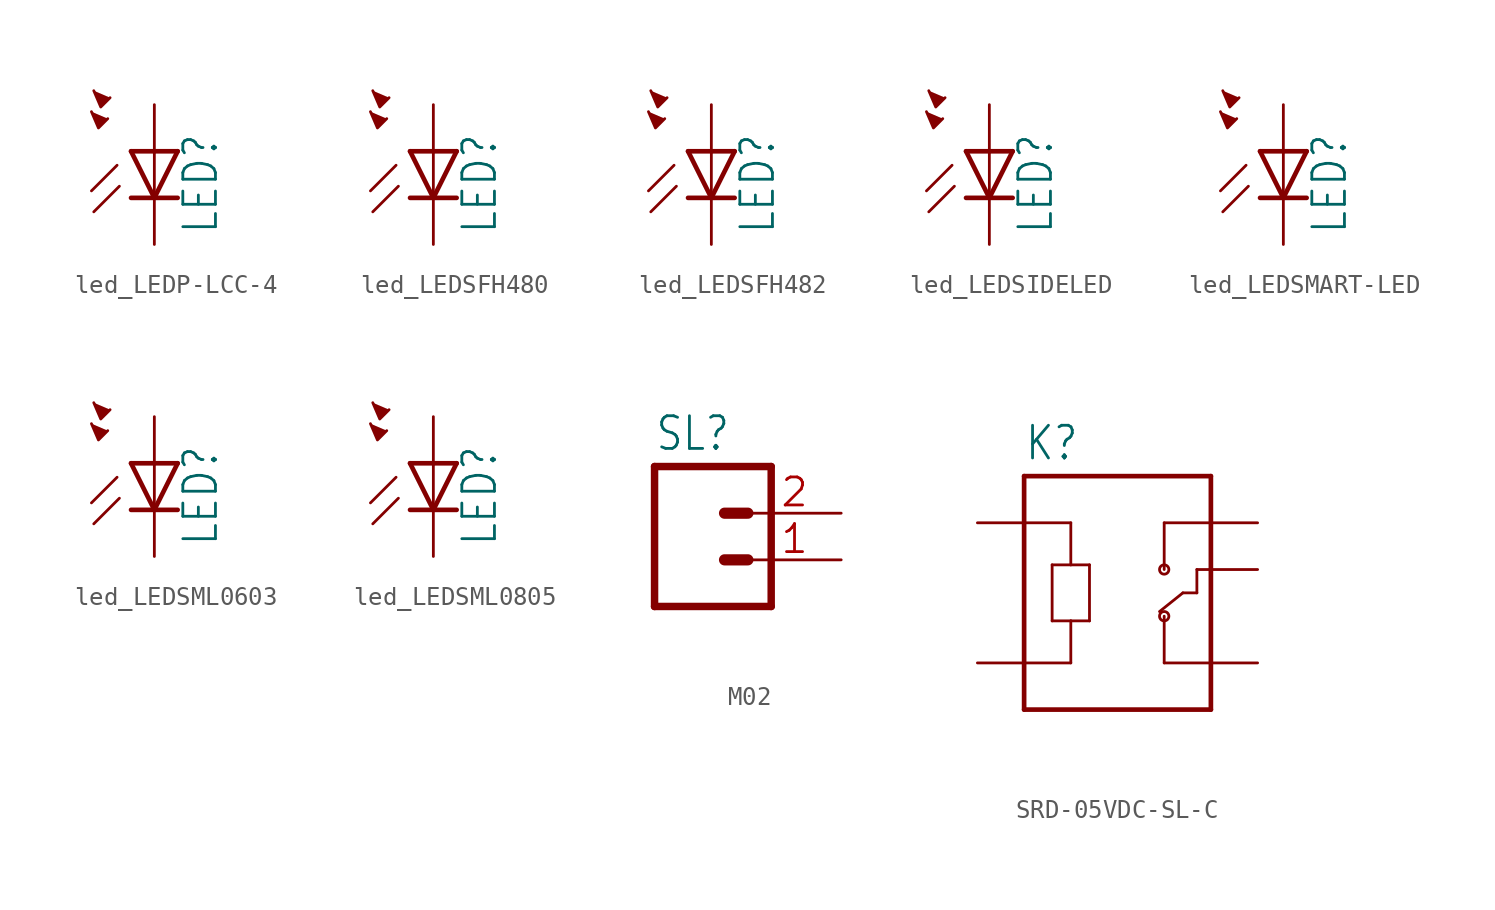
<source format=kicad_sym>
(kicad_symbol_lib
  (version 20241209)
  (generator "kicad_symbol_editor")
  (generator_version "9.0")
  (symbol "led_LEDP-LCC-4"
    (property "Reference" "LED"
      (at 3.556 -4.572 90)
      (effects (font (size 1.778 1.511)) (justify left bottom)))
    (property "Value" ""
      (at 5.715 -4.572 90)
      (effects (font (size 1.778 1.511)) (justify left bottom)))
    (property "ki_locked" ""
      (at 0 0 0)
      (effects (font (size 1.27 1.27))))
    (symbol "led_LEDP-LCC-4_1_0"
      (polyline (pts (xy -3.429 2.159) (xy -3.048 1.27) (xy -2.54 1.778)) (stroke (width 0.152) (type solid)) (fill (type outline)))
      (polyline (pts (xy -3.302 3.302) (xy -2.921 2.413) (xy -2.413 2.921)) (stroke (width 0.152) (type solid)) (fill (type outline)))
      (polyline (pts (xy -2.032 -0.762) (xy -3.429 -2.159)) (stroke (width 0.152) (type solid)) (fill (type none)))
      (polyline (pts (xy -1.905 -1.905) (xy -3.302 -3.302)) (stroke (width 0.152) (type solid)) (fill (type none)))
      (polyline (pts (xy 0 0) (xy -1.27 0)) (stroke (width 0.254) (type solid)) (fill (type none)))
      (polyline (pts (xy 0 0) (xy 0 -2.54)) (stroke (width 0.152) (type solid)) (fill (type none)))
      (polyline (pts (xy 0 -2.54) (xy -1.27 0)) (stroke (width 0.254) (type solid)) (fill (type none)))
      (polyline (pts (xy 0 -2.54) (xy -1.27 -2.54)) (stroke (width 0.254) (type solid)) (fill (type none)))
      (polyline (pts (xy 1.27 0) (xy 0 0)) (stroke (width 0.254) (type solid)) (fill (type none)))
      (polyline (pts (xy 1.27 0) (xy 0 -2.54)) (stroke (width 0.254) (type solid)) (fill (type none)))
      (polyline (pts (xy 1.27 -2.54) (xy 0 -2.54)) (stroke (width 0.254) (type solid)) (fill (type none)))
      (pin passive line (at 0 2.54 270) (length 2.54) (name "A" (effects (font (size 0 0)))) (number "A" (effects (font (size 0 0)))))
      (pin passive line (at 0 -5.08 90) (length 2.54) (name "C" (effects (font (size 0 0)))) (number "C@4" (effects (font (size 0 0)))))))
  (symbol "led_LEDSFH480"
    (property "Reference" "LED"
      (at 3.556 -4.572 90)
      (effects (font (size 1.778 1.511)) (justify left bottom)))
    (property "Value" ""
      (at 5.715 -4.572 90)
      (effects (font (size 1.778 1.511)) (justify left bottom)))
    (property "ki_locked" ""
      (at 0 0 0)
      (effects (font (size 1.27 1.27))))
    (symbol "led_LEDSFH480_1_0"
      (polyline (pts (xy -3.429 2.159) (xy -3.048 1.27) (xy -2.54 1.778)) (stroke (width 0.152) (type solid)) (fill (type outline)))
      (polyline (pts (xy -3.302 3.302) (xy -2.921 2.413) (xy -2.413 2.921)) (stroke (width 0.152) (type solid)) (fill (type outline)))
      (polyline (pts (xy -2.032 -0.762) (xy -3.429 -2.159)) (stroke (width 0.152) (type solid)) (fill (type none)))
      (polyline (pts (xy -1.905 -1.905) (xy -3.302 -3.302)) (stroke (width 0.152) (type solid)) (fill (type none)))
      (polyline (pts (xy 0 0) (xy -1.27 0)) (stroke (width 0.254) (type solid)) (fill (type none)))
      (polyline (pts (xy 0 0) (xy 0 -2.54)) (stroke (width 0.152) (type solid)) (fill (type none)))
      (polyline (pts (xy 0 -2.54) (xy -1.27 0)) (stroke (width 0.254) (type solid)) (fill (type none)))
      (polyline (pts (xy 0 -2.54) (xy -1.27 -2.54)) (stroke (width 0.254) (type solid)) (fill (type none)))
      (polyline (pts (xy 1.27 0) (xy 0 0)) (stroke (width 0.254) (type solid)) (fill (type none)))
      (polyline (pts (xy 1.27 0) (xy 0 -2.54)) (stroke (width 0.254) (type solid)) (fill (type none)))
      (polyline (pts (xy 1.27 -2.54) (xy 0 -2.54)) (stroke (width 0.254) (type solid)) (fill (type none)))
      (pin passive line (at 0 2.54 270) (length 2.54) (name "A" (effects (font (size 0 0)))) (number "A" (effects (font (size 0 0)))))
      (pin passive line (at 0 -5.08 90) (length 2.54) (name "C" (effects (font (size 0 0)))) (number "K" (effects (font (size 0 0)))))))
  (symbol "led_LEDSFH482"
    (property "Reference" "LED"
      (at 3.556 -4.572 90)
      (effects (font (size 1.778 1.511)) (justify left bottom)))
    (property "Value" ""
      (at 5.715 -4.572 90)
      (effects (font (size 1.778 1.511)) (justify left bottom)))
    (property "ki_locked" ""
      (at 0 0 0)
      (effects (font (size 1.27 1.27))))
    (symbol "led_LEDSFH482_1_0"
      (polyline (pts (xy -3.429 2.159) (xy -3.048 1.27) (xy -2.54 1.778)) (stroke (width 0.152) (type solid)) (fill (type outline)))
      (polyline (pts (xy -3.302 3.302) (xy -2.921 2.413) (xy -2.413 2.921)) (stroke (width 0.152) (type solid)) (fill (type outline)))
      (polyline (pts (xy -2.032 -0.762) (xy -3.429 -2.159)) (stroke (width 0.152) (type solid)) (fill (type none)))
      (polyline (pts (xy -1.905 -1.905) (xy -3.302 -3.302)) (stroke (width 0.152) (type solid)) (fill (type none)))
      (polyline (pts (xy 0 0) (xy -1.27 0)) (stroke (width 0.254) (type solid)) (fill (type none)))
      (polyline (pts (xy 0 0) (xy 0 -2.54)) (stroke (width 0.152) (type solid)) (fill (type none)))
      (polyline (pts (xy 0 -2.54) (xy -1.27 0)) (stroke (width 0.254) (type solid)) (fill (type none)))
      (polyline (pts (xy 0 -2.54) (xy -1.27 -2.54)) (stroke (width 0.254) (type solid)) (fill (type none)))
      (polyline (pts (xy 1.27 0) (xy 0 0)) (stroke (width 0.254) (type solid)) (fill (type none)))
      (polyline (pts (xy 1.27 0) (xy 0 -2.54)) (stroke (width 0.254) (type solid)) (fill (type none)))
      (polyline (pts (xy 1.27 -2.54) (xy 0 -2.54)) (stroke (width 0.254) (type solid)) (fill (type none)))
      (pin passive line (at 0 2.54 270) (length 2.54) (name "A" (effects (font (size 0 0)))) (number "A" (effects (font (size 0 0)))))
      (pin passive line (at 0 -5.08 90) (length 2.54) (name "C" (effects (font (size 0 0)))) (number "K" (effects (font (size 0 0)))))))
  (symbol "led_LEDSIDELED"
    (property "Reference" "LED"
      (at 3.556 -4.572 90)
      (effects (font (size 1.778 1.511)) (justify left bottom)))
    (property "Value" ""
      (at 5.715 -4.572 90)
      (effects (font (size 1.778 1.511)) (justify left bottom)))
    (property "ki_locked" ""
      (at 0 0 0)
      (effects (font (size 1.27 1.27))))
    (symbol "led_LEDSIDELED_1_0"
      (polyline (pts (xy -3.429 2.159) (xy -3.048 1.27) (xy -2.54 1.778)) (stroke (width 0.152) (type solid)) (fill (type outline)))
      (polyline (pts (xy -3.302 3.302) (xy -2.921 2.413) (xy -2.413 2.921)) (stroke (width 0.152) (type solid)) (fill (type outline)))
      (polyline (pts (xy -2.032 -0.762) (xy -3.429 -2.159)) (stroke (width 0.152) (type solid)) (fill (type none)))
      (polyline (pts (xy -1.905 -1.905) (xy -3.302 -3.302)) (stroke (width 0.152) (type solid)) (fill (type none)))
      (polyline (pts (xy 0 0) (xy -1.27 0)) (stroke (width 0.254) (type solid)) (fill (type none)))
      (polyline (pts (xy 0 0) (xy 0 -2.54)) (stroke (width 0.152) (type solid)) (fill (type none)))
      (polyline (pts (xy 0 -2.54) (xy -1.27 0)) (stroke (width 0.254) (type solid)) (fill (type none)))
      (polyline (pts (xy 0 -2.54) (xy -1.27 -2.54)) (stroke (width 0.254) (type solid)) (fill (type none)))
      (polyline (pts (xy 1.27 0) (xy 0 0)) (stroke (width 0.254) (type solid)) (fill (type none)))
      (polyline (pts (xy 1.27 0) (xy 0 -2.54)) (stroke (width 0.254) (type solid)) (fill (type none)))
      (polyline (pts (xy 1.27 -2.54) (xy 0 -2.54)) (stroke (width 0.254) (type solid)) (fill (type none)))
      (pin passive line (at 0 2.54 270) (length 2.54) (name "A" (effects (font (size 0 0)))) (number "A" (effects (font (size 0 0)))))
      (pin passive line (at 0 -5.08 90) (length 2.54) (name "C" (effects (font (size 0 0)))) (number "C" (effects (font (size 0 0)))))))
  (symbol "led_LEDSMART-LED"
    (property "Reference" "LED"
      (at 3.556 -4.572 90)
      (effects (font (size 1.778 1.511)) (justify left bottom)))
    (property "Value" ""
      (at 5.715 -4.572 90)
      (effects (font (size 1.778 1.511)) (justify left bottom)))
    (property "ki_locked" ""
      (at 0 0 0)
      (effects (font (size 1.27 1.27))))
    (symbol "led_LEDSMART-LED_1_0"
      (polyline (pts (xy -3.429 2.159) (xy -3.048 1.27) (xy -2.54 1.778)) (stroke (width 0.152) (type solid)) (fill (type outline)))
      (polyline (pts (xy -3.302 3.302) (xy -2.921 2.413) (xy -2.413 2.921)) (stroke (width 0.152) (type solid)) (fill (type outline)))
      (polyline (pts (xy -2.032 -0.762) (xy -3.429 -2.159)) (stroke (width 0.152) (type solid)) (fill (type none)))
      (polyline (pts (xy -1.905 -1.905) (xy -3.302 -3.302)) (stroke (width 0.152) (type solid)) (fill (type none)))
      (polyline (pts (xy 0 0) (xy -1.27 0)) (stroke (width 0.254) (type solid)) (fill (type none)))
      (polyline (pts (xy 0 0) (xy 0 -2.54)) (stroke (width 0.152) (type solid)) (fill (type none)))
      (polyline (pts (xy 0 -2.54) (xy -1.27 0)) (stroke (width 0.254) (type solid)) (fill (type none)))
      (polyline (pts (xy 0 -2.54) (xy -1.27 -2.54)) (stroke (width 0.254) (type solid)) (fill (type none)))
      (polyline (pts (xy 1.27 0) (xy 0 0)) (stroke (width 0.254) (type solid)) (fill (type none)))
      (polyline (pts (xy 1.27 0) (xy 0 -2.54)) (stroke (width 0.254) (type solid)) (fill (type none)))
      (polyline (pts (xy 1.27 -2.54) (xy 0 -2.54)) (stroke (width 0.254) (type solid)) (fill (type none)))
      (pin passive line (at 0 2.54 270) (length 2.54) (name "A" (effects (font (size 0 0)))) (number "A" (effects (font (size 0 0)))))
      (pin passive line (at 0 -5.08 90) (length 2.54) (name "C" (effects (font (size 0 0)))) (number "B" (effects (font (size 0 0)))))))
  (symbol "led_LEDSML0603"
    (property "Reference" "LED"
      (at 3.556 -4.572 90)
      (effects (font (size 1.778 1.511)) (justify left bottom)))
    (property "Value" ""
      (at 5.715 -4.572 90)
      (effects (font (size 1.778 1.511)) (justify left bottom)))
    (property "ki_locked" ""
      (at 0 0 0)
      (effects (font (size 1.27 1.27))))
    (symbol "led_LEDSML0603_1_0"
      (polyline (pts (xy -3.429 2.159) (xy -3.048 1.27) (xy -2.54 1.778)) (stroke (width 0.152) (type solid)) (fill (type outline)))
      (polyline (pts (xy -3.302 3.302) (xy -2.921 2.413) (xy -2.413 2.921)) (stroke (width 0.152) (type solid)) (fill (type outline)))
      (polyline (pts (xy -2.032 -0.762) (xy -3.429 -2.159)) (stroke (width 0.152) (type solid)) (fill (type none)))
      (polyline (pts (xy -1.905 -1.905) (xy -3.302 -3.302)) (stroke (width 0.152) (type solid)) (fill (type none)))
      (polyline (pts (xy 0 0) (xy -1.27 0)) (stroke (width 0.254) (type solid)) (fill (type none)))
      (polyline (pts (xy 0 0) (xy 0 -2.54)) (stroke (width 0.152) (type solid)) (fill (type none)))
      (polyline (pts (xy 0 -2.54) (xy -1.27 0)) (stroke (width 0.254) (type solid)) (fill (type none)))
      (polyline (pts (xy 0 -2.54) (xy -1.27 -2.54)) (stroke (width 0.254) (type solid)) (fill (type none)))
      (polyline (pts (xy 1.27 0) (xy 0 0)) (stroke (width 0.254) (type solid)) (fill (type none)))
      (polyline (pts (xy 1.27 0) (xy 0 -2.54)) (stroke (width 0.254) (type solid)) (fill (type none)))
      (polyline (pts (xy 1.27 -2.54) (xy 0 -2.54)) (stroke (width 0.254) (type solid)) (fill (type none)))
      (pin passive line (at 0 2.54 270) (length 2.54) (name "A" (effects (font (size 0 0)))) (number "A" (effects (font (size 0 0)))))
      (pin passive line (at 0 -5.08 90) (length 2.54) (name "C" (effects (font (size 0 0)))) (number "C" (effects (font (size 0 0)))))))
  (symbol "led_LEDSML0805"
    (property "Reference" "LED"
      (at 3.556 -4.572 90)
      (effects (font (size 1.778 1.511)) (justify left bottom)))
    (property "Value" ""
      (at 5.715 -4.572 90)
      (effects (font (size 1.778 1.511)) (justify left bottom)))
    (property "ki_locked" ""
      (at 0 0 0)
      (effects (font (size 1.27 1.27))))
    (symbol "led_LEDSML0805_1_0"
      (polyline (pts (xy -3.429 2.159) (xy -3.048 1.27) (xy -2.54 1.778)) (stroke (width 0.152) (type solid)) (fill (type outline)))
      (polyline (pts (xy -3.302 3.302) (xy -2.921 2.413) (xy -2.413 2.921)) (stroke (width 0.152) (type solid)) (fill (type outline)))
      (polyline (pts (xy -2.032 -0.762) (xy -3.429 -2.159)) (stroke (width 0.152) (type solid)) (fill (type none)))
      (polyline (pts (xy -1.905 -1.905) (xy -3.302 -3.302)) (stroke (width 0.152) (type solid)) (fill (type none)))
      (polyline (pts (xy 0 0) (xy -1.27 0)) (stroke (width 0.254) (type solid)) (fill (type none)))
      (polyline (pts (xy 0 0) (xy 0 -2.54)) (stroke (width 0.152) (type solid)) (fill (type none)))
      (polyline (pts (xy 0 -2.54) (xy -1.27 0)) (stroke (width 0.254) (type solid)) (fill (type none)))
      (polyline (pts (xy 0 -2.54) (xy -1.27 -2.54)) (stroke (width 0.254) (type solid)) (fill (type none)))
      (polyline (pts (xy 1.27 0) (xy 0 0)) (stroke (width 0.254) (type solid)) (fill (type none)))
      (polyline (pts (xy 1.27 0) (xy 0 -2.54)) (stroke (width 0.254) (type solid)) (fill (type none)))
      (polyline (pts (xy 1.27 -2.54) (xy 0 -2.54)) (stroke (width 0.254) (type solid)) (fill (type none)))
      (pin passive line (at 0 2.54 270) (length 2.54) (name "A" (effects (font (size 0 0)))) (number "A" (effects (font (size 0 0)))))
      (pin passive line (at 0 -5.08 90) (length 2.54) (name "C" (effects (font (size 0 0)))) (number "C" (effects (font (size 0 0)))))))
  (symbol "M02"
    (property "Reference" "SL"
      (at -2.54 5.842 0)
      (effects (font (size 1.778 1.511)) (justify left bottom)))
    (property "Value" ""
      (at -2.54 -5.08 0)
      (effects (font (size 1.778 1.511)) (justify left bottom)))
    (property "ki_locked" ""
      (at 0 0 0)
      (effects (font (size 1.27 1.27))))
    (symbol "M02_1_0"
      (polyline (pts (xy -2.54 5.08) (xy -2.54 -2.54)) (stroke (width 0.406) (type solid)) (fill (type none)))
      (polyline (pts (xy -2.54 5.08) (xy 3.81 5.08)) (stroke (width 0.406) (type solid)) (fill (type none)))
      (polyline (pts (xy 1.27 2.54) (xy 2.54 2.54)) (stroke (width 0.61) (type solid)) (fill (type none)))
      (polyline (pts (xy 1.27 0) (xy 2.54 0)) (stroke (width 0.61) (type solid)) (fill (type none)))
      (polyline (pts (xy 3.81 -2.54) (xy -2.54 -2.54)) (stroke (width 0.406) (type solid)) (fill (type none)))
      (polyline (pts (xy 3.81 -2.54) (xy 3.81 5.08)) (stroke (width 0.406) (type solid)) (fill (type none)))
      (pin passive line (at 7.62 2.54 180) (length 5.08) (name "2" (effects (font (size 0 0)))) (number "2" (effects (font (size 1.524 1.524)))))
      (pin passive line (at 7.62 0 180) (length 5.08) (name "1" (effects (font (size 0 0)))) (number "1" (effects (font (size 1.524 1.524)))))))
  (symbol "SRD-05VDC-SL-C"
    (property "Reference" "K"
      (at -5.081 5.843 0)
      (effects (font (size 1.778 1.512)) (justify left bottom)))
    (property "Value" ""
      (at -5.083 -10.166 0)
      (effects (font (size 1.779 1.512)) (justify left bottom)))
    (property "ki_locked" ""
      (at 0 0 0)
      (effects (font (size 1.27 1.27))))
    (symbol "SRD-05VDC-SL-C_1_0"
      (polyline (pts (xy -5.08 5.08) (xy 5.08 5.08)) (stroke (width 0.254) (type solid)) (fill (type none)))
      (polyline (pts (xy -5.08 2.54) (xy -2.54 2.54)) (stroke (width 0.152) (type solid)) (fill (type none)))
      (polyline (pts (xy -5.08 -7.62) (xy -5.08 5.08)) (stroke (width 0.254) (type solid)) (fill (type none)))
      (polyline (pts (xy -3.556 0.254) (xy -3.556 -2.794)) (stroke (width 0.152) (type solid)) (fill (type none)))
      (polyline (pts (xy -3.556 -2.794) (xy -2.54 -2.794)) (stroke (width 0.152) (type solid)) (fill (type none)))
      (polyline (pts (xy -2.54 2.54) (xy -2.54 0.254)) (stroke (width 0.152) (type solid)) (fill (type none)))
      (polyline (pts (xy -2.54 0.254) (xy -3.556 0.254)) (stroke (width 0.152) (type solid)) (fill (type none)))
      (polyline (pts (xy -2.54 -2.794) (xy -2.54 -5.08)) (stroke (width 0.152) (type solid)) (fill (type none)))
      (polyline (pts (xy -2.54 -2.794) (xy -1.524 -2.794)) (stroke (width 0.152) (type solid)) (fill (type none)))
      (polyline (pts (xy -2.54 -5.08) (xy -5.08 -5.08)) (stroke (width 0.152) (type solid)) (fill (type none)))
      (polyline (pts (xy -1.524 0.254) (xy -2.54 0.254)) (stroke (width 0.152) (type solid)) (fill (type none)))
      (polyline (pts (xy -1.524 -2.794) (xy -1.524 0.254)) (stroke (width 0.152) (type solid)) (fill (type none)))
      (polyline (pts (xy 2.54 2.54) (xy 2.54 0)) (stroke (width 0.152) (type solid)) (fill (type none)))
      (circle (center 2.54 0) (radius 0.254) (stroke (width 0.152) (type solid)) (fill (type none)))
      (polyline (pts (xy 2.54 -2.54) (xy 2.54 -5.08)) (stroke (width 0.152) (type solid)) (fill (type none)))
      (circle (center 2.54 -2.54) (radius 0.254) (stroke (width 0.152) (type solid)) (fill (type none)))
      (polyline (pts (xy 2.54 -5.08) (xy 5.08 -5.08)) (stroke (width 0.152) (type solid)) (fill (type none)))
      (polyline (pts (xy 3.556 -1.27) (xy 2.286 -2.286)) (stroke (width 0.152) (type solid)) (fill (type none)))
      (polyline (pts (xy 3.556 -1.27) (xy 4.318 -1.27)) (stroke (width 0.152) (type solid)) (fill (type none)))
      (polyline (pts (xy 4.318 0) (xy 5.08 0)) (stroke (width 0.152) (type solid)) (fill (type none)))
      (polyline (pts (xy 4.318 -1.27) (xy 4.318 0)) (stroke (width 0.152) (type solid)) (fill (type none)))
      (polyline (pts (xy 5.08 5.08) (xy 5.08 0)) (stroke (width 0.254) (type solid)) (fill (type none)))
      (polyline (pts (xy 5.08 2.54) (xy 2.54 2.54)) (stroke (width 0.152) (type solid)) (fill (type none)))
      (polyline (pts (xy 5.08 0) (xy 5.08 -7.62)) (stroke (width 0.254) (type solid)) (fill (type none)))
      (polyline (pts (xy 5.08 -7.62) (xy -5.08 -7.62)) (stroke (width 0.254) (type solid)) (fill (type none)))
      (pin passive line (at -7.62 2.54 0) (length 2.54) (name "A1" (effects (font (size 0 0)))) (number "A1" (effects (font (size 0 0)))))
      (pin passive line (at -7.62 -5.08 0) (length 2.54) (name "A2" (effects (font (size 0 0)))) (number "A2" (effects (font (size 0 0)))))
      (pin passive line (at 7.62 2.54 180) (length 2.54) (name "NO" (effects (font (size 0 0)))) (number "NO" (effects (font (size 0 0)))))
      (pin passive line (at 7.62 0 180) (length 2.54) (name "COM" (effects (font (size 0 0)))) (number "COM" (effects (font (size 0 0)))))
      (pin passive line (at 7.62 -5.08 180) (length 2.54) (name "NC" (effects (font (size 0 0)))) (number "NC" (effects (font (size 0 0))))))))
</source>
